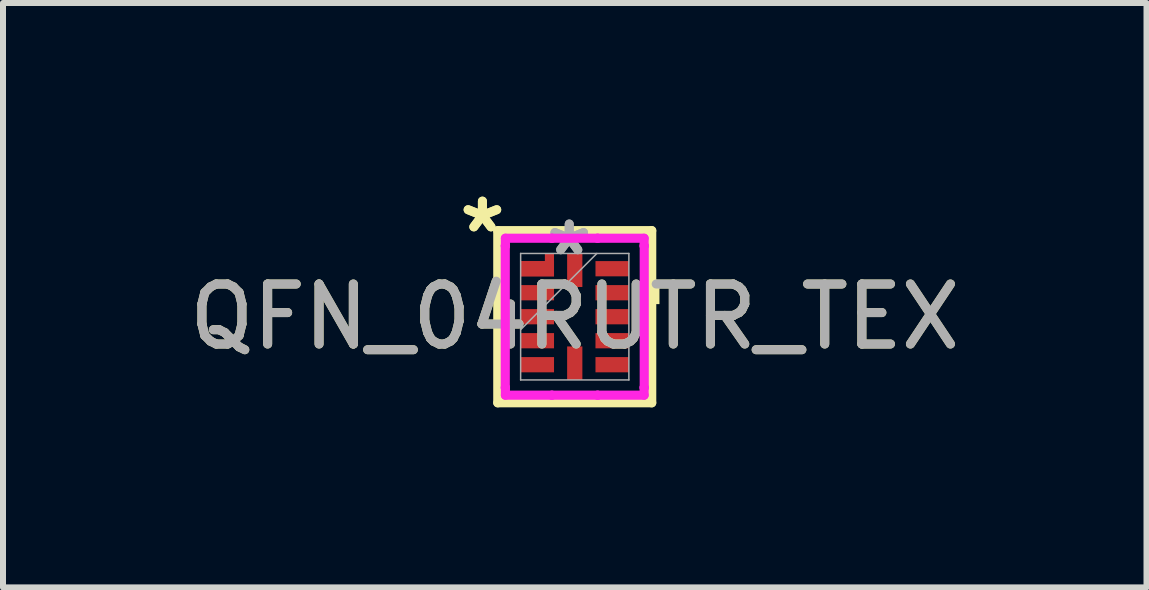
<source format=kicad_pcb>
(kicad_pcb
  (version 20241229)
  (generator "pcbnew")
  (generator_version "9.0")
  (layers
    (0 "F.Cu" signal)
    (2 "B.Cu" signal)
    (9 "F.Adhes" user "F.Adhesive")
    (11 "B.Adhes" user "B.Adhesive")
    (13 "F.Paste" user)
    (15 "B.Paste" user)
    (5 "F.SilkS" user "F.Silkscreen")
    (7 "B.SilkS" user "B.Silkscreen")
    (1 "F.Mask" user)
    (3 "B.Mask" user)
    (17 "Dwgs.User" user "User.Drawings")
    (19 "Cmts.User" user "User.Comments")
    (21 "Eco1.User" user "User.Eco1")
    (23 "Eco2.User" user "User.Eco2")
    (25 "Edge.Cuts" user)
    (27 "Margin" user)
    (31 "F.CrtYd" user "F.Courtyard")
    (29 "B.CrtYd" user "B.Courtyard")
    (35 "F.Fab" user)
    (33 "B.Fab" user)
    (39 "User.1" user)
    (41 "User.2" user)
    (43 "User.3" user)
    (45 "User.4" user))
  (footprint "QFN_04RUTR_TEX"
    (layer "F.Cu")
    (at 6.53 2.229)
    (property "Reference" "QFN_04RUTR_TEX" (at 0 0 0) (unlocked yes) (layer "F.SilkS") (effects (font (size 1 1) (thickness 0.15))))
    (attr smd)
    (fp_poly (pts (xy -0.904 -0.673) (xy -0.346 -0.673) (xy -0.346 -1.054) (xy -0.498 -1.054) (xy -0.498 -0.927) (xy -0.904 -0.927)) (stroke (width 0) (type solid)) (fill yes) (layer "F.Cu"))
    (fp_poly (pts (xy -0.904 -0.673) (xy -0.346 -0.673) (xy -0.346 -1.054) (xy -0.498 -1.054) (xy -0.498 -0.927) (xy -0.904 -0.927)) (stroke (width 0) (type solid)) (fill yes) (layer "F.Mask"))
    (fp_line (start -1.283 -1.435) (end -1.283 1.435) (stroke (width 0.152) (type solid)) (layer "F.SilkS"))
    (fp_line (start -1.283 1.435) (end 1.283 1.435) (stroke (width 0.152) (type solid)) (layer "F.SilkS"))
    (fp_line (start 1.283 -1.435) (end -1.283 -1.435) (stroke (width 0.152) (type solid)) (layer "F.SilkS"))
    (fp_line (start 1.283 1.435) (end 1.283 -1.435) (stroke (width 0.152) (type solid)) (layer "F.SilkS"))
    (fp_poly (pts (xy 1.412 -0.591) (xy 1.412 -0.21) (xy 1.158 -0.21) (xy 1.158 -0.591)) (stroke (width 0) (type solid)) (fill yes) (layer "F.SilkS"))
    (fp_poly (pts (xy -0.904 -0.673) (xy -0.346 -0.673) (xy -0.346 -1.054) (xy -0.498 -1.054) (xy -0.498 -0.927) (xy -0.904 -0.927)) (stroke (width 0) (type solid)) (fill yes) (layer "F.Paste"))
    (fp_line (start -1.158 -1.181) (end -1.156 -1.181) (stroke (width 0.152) (type solid)) (layer "F.CrtYd"))
    (fp_line (start -1.158 1.181) (end -1.158 -1.181) (stroke (width 0.152) (type solid)) (layer "F.CrtYd"))
    (fp_line (start -1.156 -1.308) (end -0.381 -1.308) (stroke (width 0.152) (type solid)) (layer "F.CrtYd"))
    (fp_line (start -1.156 -1.181) (end -1.156 -1.308) (stroke (width 0.152) (type solid)) (layer "F.CrtYd"))
    (fp_line (start -1.156 1.181) (end -1.158 1.181) (stroke (width 0.152) (type solid)) (layer "F.CrtYd"))
    (fp_line (start -1.156 1.308) (end -1.156 1.181) (stroke (width 0.152) (type solid)) (layer "F.CrtYd"))
    (fp_line (start -0.381 -1.308) (end 0.381 -1.308) (stroke (width 0.152) (type solid)) (layer "F.CrtYd"))
    (fp_line (start -0.381 -1.308) (end -0.381 -1.308) (stroke (width 0.152) (type solid)) (layer "F.CrtYd"))
    (fp_line (start -0.381 1.308) (end -1.156 1.308) (stroke (width 0.152) (type solid)) (layer "F.CrtYd"))
    (fp_line (start -0.381 1.308) (end -0.381 1.308) (stroke (width 0.152) (type solid)) (layer "F.CrtYd"))
    (fp_line (start 0.381 -1.308) (end 0.381 -1.308) (stroke (width 0.152) (type solid)) (layer "F.CrtYd"))
    (fp_line (start 0.381 -1.308) (end 1.156 -1.308) (stroke (width 0.152) (type solid)) (layer "F.CrtYd"))
    (fp_line (start 0.381 1.308) (end 0.381 1.308) (stroke (width 0.152) (type solid)) (layer "F.CrtYd"))
    (fp_line (start 0.381 1.308) (end -0.381 1.308) (stroke (width 0.152) (type solid)) (layer "F.CrtYd"))
    (fp_line (start 1.156 -1.308) (end 1.156 -1.181) (stroke (width 0.152) (type solid)) (layer "F.CrtYd"))
    (fp_line (start 1.156 -1.181) (end 1.158 -1.181) (stroke (width 0.152) (type solid)) (layer "F.CrtYd"))
    (fp_line (start 1.156 1.181) (end 1.156 1.308) (stroke (width 0.152) (type solid)) (layer "F.CrtYd"))
    (fp_line (start 1.156 1.308) (end 0.381 1.308) (stroke (width 0.152) (type solid)) (layer "F.CrtYd"))
    (fp_line (start 1.158 -1.181) (end 1.158 1.181) (stroke (width 0.152) (type solid)) (layer "F.CrtYd"))
    (fp_line (start 1.158 1.181) (end 1.156 1.181) (stroke (width 0.152) (type solid)) (layer "F.CrtYd"))
    (fp_line (start -0.902 -1.054) (end -0.902 1.054) (stroke (width 0.025) (type solid)) (layer "F.Fab"))
    (fp_line (start -0.902 0.216) (end 0.368 -1.054) (stroke (width 0.025) (type solid)) (layer "F.Fab"))
    (fp_line (start -0.902 1.054) (end 0.902 1.054) (stroke (width 0.025) (type solid)) (layer "F.Fab"))
    (fp_line (start 0.902 -1.054) (end -0.902 -1.054) (stroke (width 0.025) (type solid)) (layer "F.Fab"))
    (fp_line (start 0.902 1.054) (end 0.902 -1.054) (stroke (width 0.025) (type solid)) (layer "F.Fab"))
    (fp_text user "*" (at -1.539 -1.381 0) (unlocked yes) (layer "F.SilkS") (effects (font (size 1 1) (thickness 0.15))))
    (fp_text user "*" (at -1.539 -1.381 0) (layer "F.SilkS") (effects (font (size 1 1) (thickness 0.15))))
    (fp_text user "*" (at -0.092 -1 0) (layer "F.Fab") (effects (font (size 1 1) (thickness 0.15))))
    (fp_text user "*" (at -0.092 -1 0) (unlocked yes) (layer "F.Fab") (effects (font (size 1 1) (thickness 0.15))))
    (fp_text user "${REFERENCE}" (at 0 0 0) (unlocked yes) (layer "F.Fab") (effects (font (size 1 1) (thickness 0.15))))
    (pad "1" smd rect (at -0.625 -0.8 90) (size 0.254 0.559) (layers "F.Cu" "F.Mask" "F.Paste"))
    (pad "2" smd rect (at -0.625 -0.4 90) (size 0.254 0.559) (layers "F.Cu" "F.Mask" "F.Paste"))
    (pad "3" smd rect (at -0.625 0 90) (size 0.254 0.559) (layers "F.Cu" "F.Mask" "F.Paste"))
    (pad "4" smd rect (at -0.625 0.4 90) (size 0.254 0.559) (layers "F.Cu" "F.Mask" "F.Paste"))
    (pad "5" smd rect (at -0.625 0.8 90) (size 0.254 0.559) (layers "F.Cu" "F.Mask" "F.Paste"))
    (pad "6" smd rect (at 0 0.775) (size 0.254 0.559) (layers "F.Cu" "F.Mask" "F.Paste"))
    (pad "7" smd rect (at 0.625 0.8 90) (size 0.254 0.559) (layers "F.Cu" "F.Mask" "F.Paste"))
    (pad "8" smd rect (at 0.625 0.4 90) (size 0.254 0.559) (layers "F.Cu" "F.Mask" "F.Paste"))
    (pad "9" smd rect (at 0.625 0 90) (size 0.254 0.559) (layers "F.Cu" "F.Mask" "F.Paste"))
    (pad "10" smd rect (at 0.625 -0.4 90) (size 0.254 0.559) (layers "F.Cu" "F.Mask" "F.Paste"))
    (pad "11" smd rect (at 0.625 -0.8 90) (size 0.254 0.559) (layers "F.Cu" "F.Mask" "F.Paste"))
    (pad "12" smd rect (at 0 -0.775) (size 0.254 0.559) (layers "F.Cu" "F.Mask" "F.Paste")))
  (gr_rect
    (start -3 -3)
    (end 16.06 6.741)
    (stroke (width 0.1) (type default))
    (fill no)
    (layer "Edge.Cuts")))
</source>
